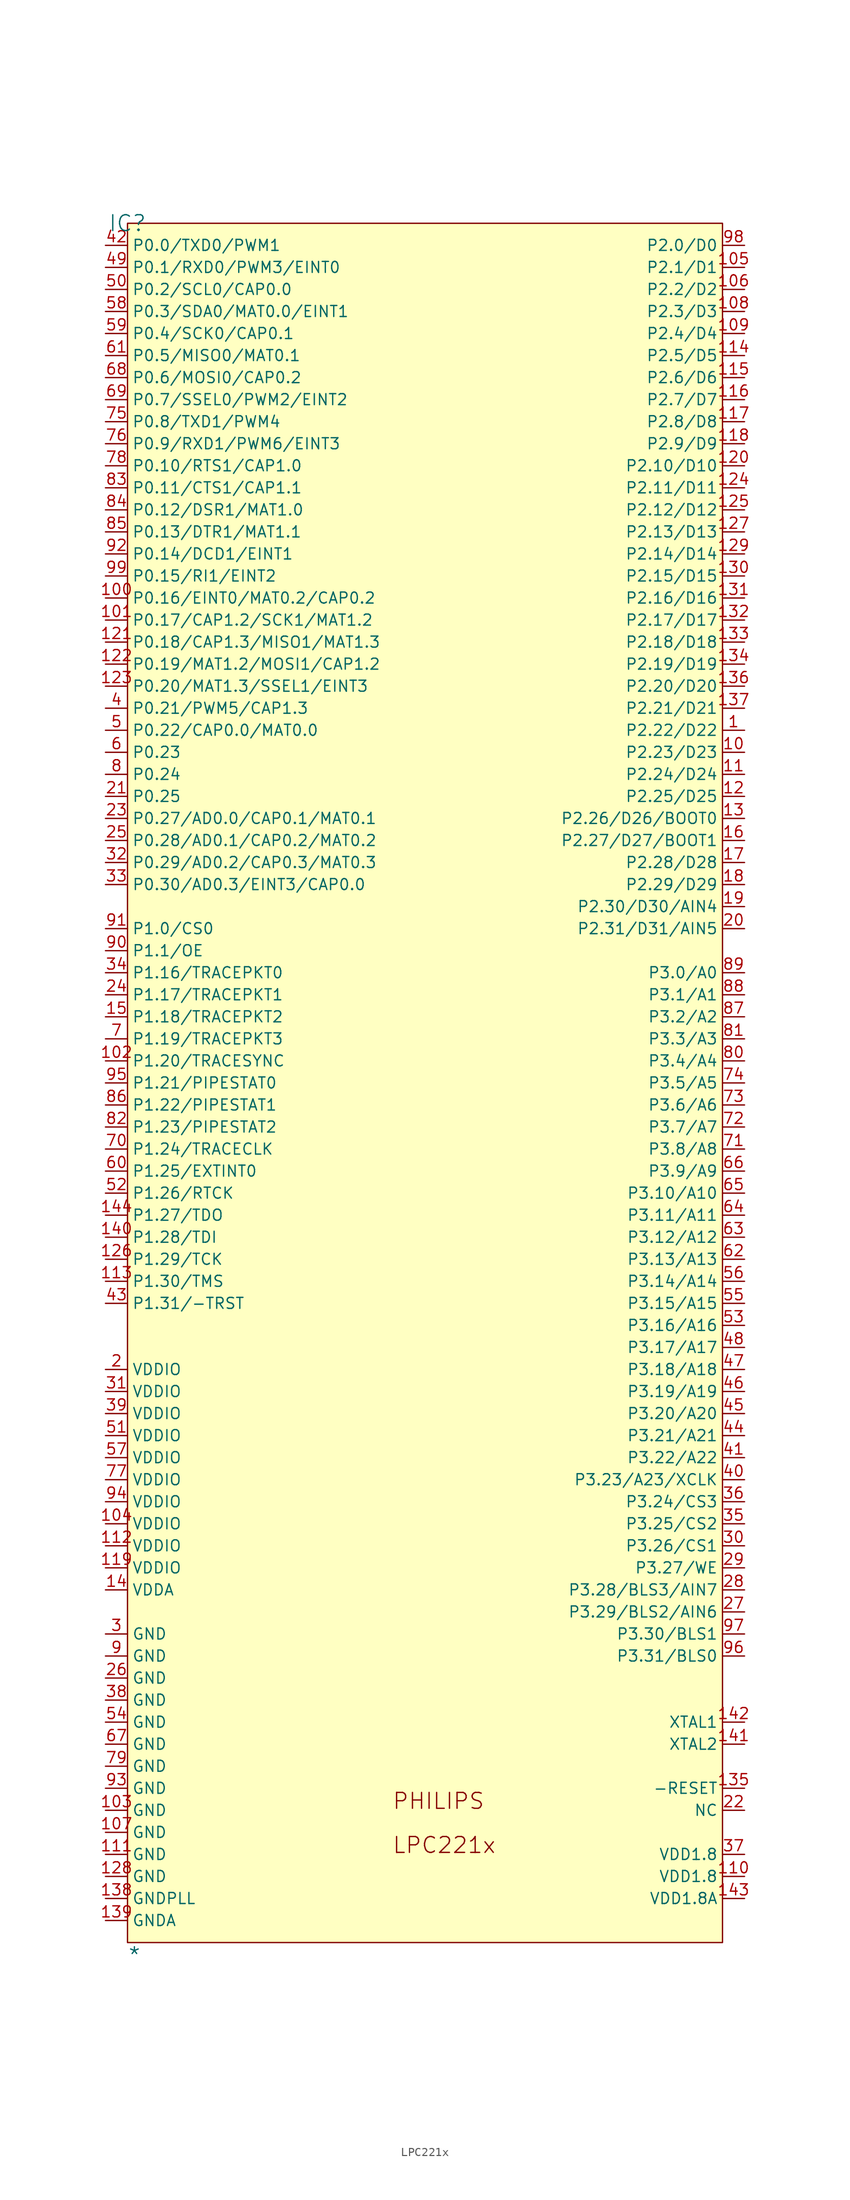
<source format=kicad_sym>
(kicad_symbol_lib
  (version 20241209)
  (generator "kicad_symbol_editor")
  (generator_version "9.0")
  (symbol "LPC221x"
    (property "Reference" "IC"
      (at 0 0 0)
      (effects (font (size 1.829 1.829))))
    (property "Value" "*"
      (at 0 -200.66 0)
      (effects (font (size 1.829 1.829)) (justify left bottom)))
    (symbol "LPC221x_1_0"
      (rectangle (start 68.58 0) (end 0 -198.12) (stroke (width 0) (type solid) (color 128 0 0 1)) (fill (type background)))
      (text "PHILIPS" (at 30.48 -182.88 0) (effects (font (size 1.829 1.829)) (justify left bottom)))
      (text "LPC221x" (at 30.48 -187.96 0) (effects (font (size 1.829 1.829)) (justify left bottom)))
      (pin passive line (at -2.54 -2.54 0) (length 2.54) (name "P0.0/TXD0/PWM1" (effects (font (size 1.27 1.27)))) (number "42" (effects (font (size 1.27 1.27)))))
      (pin passive line (at -2.54 -5.08 0) (length 2.54) (name "P0.1/RXD0/PWM3/EINT0" (effects (font (size 1.27 1.27)))) (number "49" (effects (font (size 1.27 1.27)))))
      (pin passive line (at -2.54 -7.62 0) (length 2.54) (name "P0.2/SCL0/CAP0.0" (effects (font (size 1.27 1.27)))) (number "50" (effects (font (size 1.27 1.27)))))
      (pin passive line (at -2.54 -10.16 0) (length 2.54) (name "P0.3/SDA0/MAT0.0/EINT1" (effects (font (size 1.27 1.27)))) (number "58" (effects (font (size 1.27 1.27)))))
      (pin passive line (at -2.54 -12.7 0) (length 2.54) (name "P0.4/SCK0/CAP0.1" (effects (font (size 1.27 1.27)))) (number "59" (effects (font (size 1.27 1.27)))))
      (pin passive line (at -2.54 -15.24 0) (length 2.54) (name "P0.5/MISO0/MAT0.1" (effects (font (size 1.27 1.27)))) (number "61" (effects (font (size 1.27 1.27)))))
      (pin passive line (at -2.54 -17.78 0) (length 2.54) (name "P0.6/MOSI0/CAP0.2" (effects (font (size 1.27 1.27)))) (number "68" (effects (font (size 1.27 1.27)))))
      (pin passive line (at -2.54 -20.32 0) (length 2.54) (name "P0.7/SSEL0/PWM2/EINT2" (effects (font (size 1.27 1.27)))) (number "69" (effects (font (size 1.27 1.27)))))
      (pin passive line (at -2.54 -22.86 0) (length 2.54) (name "P0.8/TXD1/PWM4" (effects (font (size 1.27 1.27)))) (number "75" (effects (font (size 1.27 1.27)))))
      (pin passive line (at -2.54 -25.4 0) (length 2.54) (name "P0.9/RXD1/PWM6/EINT3" (effects (font (size 1.27 1.27)))) (number "76" (effects (font (size 1.27 1.27)))))
      (pin passive line (at -2.54 -27.94 0) (length 2.54) (name "P0.10/RTS1/CAP1.0" (effects (font (size 1.27 1.27)))) (number "78" (effects (font (size 1.27 1.27)))))
      (pin passive line (at -2.54 -30.48 0) (length 2.54) (name "P0.11/CTS1/CAP1.1" (effects (font (size 1.27 1.27)))) (number "83" (effects (font (size 1.27 1.27)))))
      (pin passive line (at -2.54 -33.02 0) (length 2.54) (name "P0.12/DSR1/MAT1.0" (effects (font (size 1.27 1.27)))) (number "84" (effects (font (size 1.27 1.27)))))
      (pin passive line (at -2.54 -35.56 0) (length 2.54) (name "P0.13/DTR1/MAT1.1" (effects (font (size 1.27 1.27)))) (number "85" (effects (font (size 1.27 1.27)))))
      (pin passive line (at -2.54 -38.1 0) (length 2.54) (name "P0.14/DCD1/EINT1" (effects (font (size 1.27 1.27)))) (number "92" (effects (font (size 1.27 1.27)))))
      (pin passive line (at -2.54 -40.64 0) (length 2.54) (name "P0.15/RI1/EINT2" (effects (font (size 1.27 1.27)))) (number "99" (effects (font (size 1.27 1.27)))))
      (pin passive line (at -2.54 -43.18 0) (length 2.54) (name "P0.16/EINT0/MAT0.2/CAP0.2" (effects (font (size 1.27 1.27)))) (number "100" (effects (font (size 1.27 1.27)))))
      (pin passive line (at -2.54 -45.72 0) (length 2.54) (name "P0.17/CAP1.2/SCK1/MAT1.2" (effects (font (size 1.27 1.27)))) (number "101" (effects (font (size 1.27 1.27)))))
      (pin passive line (at -2.54 -48.26 0) (length 2.54) (name "P0.18/CAP1.3/MISO1/MAT1.3" (effects (font (size 1.27 1.27)))) (number "121" (effects (font (size 1.27 1.27)))))
      (pin passive line (at -2.54 -50.8 0) (length 2.54) (name "P0.19/MAT1.2/MOSI1/CAP1.2" (effects (font (size 1.27 1.27)))) (number "122" (effects (font (size 1.27 1.27)))))
      (pin passive line (at -2.54 -53.34 0) (length 2.54) (name "P0.20/MAT1.3/SSEL1/EINT3" (effects (font (size 1.27 1.27)))) (number "123" (effects (font (size 1.27 1.27)))))
      (pin passive line (at -2.54 -55.88 0) (length 2.54) (name "P0.21/PWM5/CAP1.3" (effects (font (size 1.27 1.27)))) (number "4" (effects (font (size 1.27 1.27)))))
      (pin passive line (at -2.54 -58.42 0) (length 2.54) (name "P0.22/CAP0.0/MAT0.0" (effects (font (size 1.27 1.27)))) (number "5" (effects (font (size 1.27 1.27)))))
      (pin passive line (at -2.54 -60.96 0) (length 2.54) (name "P0.23" (effects (font (size 1.27 1.27)))) (number "6" (effects (font (size 1.27 1.27)))))
      (pin passive line (at -2.54 -63.5 0) (length 2.54) (name "P0.24" (effects (font (size 1.27 1.27)))) (number "8" (effects (font (size 1.27 1.27)))))
      (pin passive line (at -2.54 -66.04 0) (length 2.54) (name "P0.25" (effects (font (size 1.27 1.27)))) (number "21" (effects (font (size 1.27 1.27)))))
      (pin passive line (at -2.54 -68.58 0) (length 2.54) (name "P0.27/AD0.0/CAP0.1/MAT0.1" (effects (font (size 1.27 1.27)))) (number "23" (effects (font (size 1.27 1.27)))))
      (pin passive line (at -2.54 -71.12 0) (length 2.54) (name "P0.28/AD0.1/CAP0.2/MAT0.2" (effects (font (size 1.27 1.27)))) (number "25" (effects (font (size 1.27 1.27)))))
      (pin passive line (at -2.54 -73.66 0) (length 2.54) (name "P0.29/AD0.2/CAP0.3/MAT0.3" (effects (font (size 1.27 1.27)))) (number "32" (effects (font (size 1.27 1.27)))))
      (pin passive line (at -2.54 -76.2 0) (length 2.54) (name "P0.30/AD0.3/EINT3/CAP0.0" (effects (font (size 1.27 1.27)))) (number "33" (effects (font (size 1.27 1.27)))))
      (pin passive line (at -2.54 -81.28 0) (length 2.54) (name "P1.0/CS0" (effects (font (size 1.27 1.27)))) (number "91" (effects (font (size 1.27 1.27)))))
      (pin passive line (at -2.54 -83.82 0) (length 2.54) (name "P1.1/OE" (effects (font (size 1.27 1.27)))) (number "90" (effects (font (size 1.27 1.27)))))
      (pin passive line (at -2.54 -86.36 0) (length 2.54) (name "P1.16/TRACEPKT0" (effects (font (size 1.27 1.27)))) (number "34" (effects (font (size 1.27 1.27)))))
      (pin passive line (at -2.54 -88.9 0) (length 2.54) (name "P1.17/TRACEPKT1" (effects (font (size 1.27 1.27)))) (number "24" (effects (font (size 1.27 1.27)))))
      (pin passive line (at -2.54 -91.44 0) (length 2.54) (name "P1.18/TRACEPKT2" (effects (font (size 1.27 1.27)))) (number "15" (effects (font (size 1.27 1.27)))))
      (pin passive line (at -2.54 -93.98 0) (length 2.54) (name "P1.19/TRACEPKT3" (effects (font (size 1.27 1.27)))) (number "7" (effects (font (size 1.27 1.27)))))
      (pin passive line (at -2.54 -96.52 0) (length 2.54) (name "P1.20/TRACESYNC" (effects (font (size 1.27 1.27)))) (number "102" (effects (font (size 1.27 1.27)))))
      (pin passive line (at -2.54 -99.06 0) (length 2.54) (name "P1.21/PIPESTAT0" (effects (font (size 1.27 1.27)))) (number "95" (effects (font (size 1.27 1.27)))))
      (pin passive line (at -2.54 -101.6 0) (length 2.54) (name "P1.22/PIPESTAT1" (effects (font (size 1.27 1.27)))) (number "86" (effects (font (size 1.27 1.27)))))
      (pin passive line (at -2.54 -104.14 0) (length 2.54) (name "P1.23/PIPESTAT2" (effects (font (size 1.27 1.27)))) (number "82" (effects (font (size 1.27 1.27)))))
      (pin passive line (at -2.54 -106.68 0) (length 2.54) (name "P1.24/TRACECLK" (effects (font (size 1.27 1.27)))) (number "70" (effects (font (size 1.27 1.27)))))
      (pin passive line (at -2.54 -109.22 0) (length 2.54) (name "P1.25/EXTINT0" (effects (font (size 1.27 1.27)))) (number "60" (effects (font (size 1.27 1.27)))))
      (pin passive line (at -2.54 -111.76 0) (length 2.54) (name "P1.26/RTCK" (effects (font (size 1.27 1.27)))) (number "52" (effects (font (size 1.27 1.27)))))
      (pin passive line (at -2.54 -114.3 0) (length 2.54) (name "P1.27/TDO" (effects (font (size 1.27 1.27)))) (number "144" (effects (font (size 1.27 1.27)))))
      (pin passive line (at -2.54 -116.84 0) (length 2.54) (name "P1.28/TDI" (effects (font (size 1.27 1.27)))) (number "140" (effects (font (size 1.27 1.27)))))
      (pin passive line (at -2.54 -119.38 0) (length 2.54) (name "P1.29/TCK" (effects (font (size 1.27 1.27)))) (number "126" (effects (font (size 1.27 1.27)))))
      (pin passive line (at -2.54 -121.92 0) (length 2.54) (name "P1.30/TMS" (effects (font (size 1.27 1.27)))) (number "113" (effects (font (size 1.27 1.27)))))
      (pin passive line (at -2.54 -124.46 0) (length 2.54) (name "P1.31/-TRST" (effects (font (size 1.27 1.27)))) (number "43" (effects (font (size 1.27 1.27)))))
      (pin passive line (at -2.54 -132.08 0) (length 2.54) (name "VDDIO" (effects (font (size 1.27 1.27)))) (number "2" (effects (font (size 1.27 1.27)))))
      (pin passive line (at -2.54 -134.62 0) (length 2.54) (name "VDDIO" (effects (font (size 1.27 1.27)))) (number "31" (effects (font (size 1.27 1.27)))))
      (pin passive line (at -2.54 -137.16 0) (length 2.54) (name "VDDIO" (effects (font (size 1.27 1.27)))) (number "39" (effects (font (size 1.27 1.27)))))
      (pin passive line (at -2.54 -139.7 0) (length 2.54) (name "VDDIO" (effects (font (size 1.27 1.27)))) (number "51" (effects (font (size 1.27 1.27)))))
      (pin passive line (at -2.54 -142.24 0) (length 2.54) (name "VDDIO" (effects (font (size 1.27 1.27)))) (number "57" (effects (font (size 1.27 1.27)))))
      (pin passive line (at -2.54 -144.78 0) (length 2.54) (name "VDDIO" (effects (font (size 1.27 1.27)))) (number "77" (effects (font (size 1.27 1.27)))))
      (pin passive line (at -2.54 -147.32 0) (length 2.54) (name "VDDIO" (effects (font (size 1.27 1.27)))) (number "94" (effects (font (size 1.27 1.27)))))
      (pin passive line (at -2.54 -149.86 0) (length 2.54) (name "VDDIO" (effects (font (size 1.27 1.27)))) (number "104" (effects (font (size 1.27 1.27)))))
      (pin passive line (at -2.54 -152.4 0) (length 2.54) (name "VDDIO" (effects (font (size 1.27 1.27)))) (number "112" (effects (font (size 1.27 1.27)))))
      (pin passive line (at -2.54 -154.94 0) (length 2.54) (name "VDDIO" (effects (font (size 1.27 1.27)))) (number "119" (effects (font (size 1.27 1.27)))))
      (pin passive line (at -2.54 -157.48 0) (length 2.54) (name "VDDA" (effects (font (size 1.27 1.27)))) (number "14" (effects (font (size 1.27 1.27)))))
      (pin passive line (at -2.54 -162.56 0) (length 2.54) (name "GND" (effects (font (size 1.27 1.27)))) (number "3" (effects (font (size 1.27 1.27)))))
      (pin passive line (at -2.54 -165.1 0) (length 2.54) (name "GND" (effects (font (size 1.27 1.27)))) (number "9" (effects (font (size 1.27 1.27)))))
      (pin passive line (at -2.54 -167.64 0) (length 2.54) (name "GND" (effects (font (size 1.27 1.27)))) (number "26" (effects (font (size 1.27 1.27)))))
      (pin passive line (at -2.54 -170.18 0) (length 2.54) (name "GND" (effects (font (size 1.27 1.27)))) (number "38" (effects (font (size 1.27 1.27)))))
      (pin passive line (at -2.54 -172.72 0) (length 2.54) (name "GND" (effects (font (size 1.27 1.27)))) (number "54" (effects (font (size 1.27 1.27)))))
      (pin passive line (at -2.54 -175.26 0) (length 2.54) (name "GND" (effects (font (size 1.27 1.27)))) (number "67" (effects (font (size 1.27 1.27)))))
      (pin passive line (at -2.54 -177.8 0) (length 2.54) (name "GND" (effects (font (size 1.27 1.27)))) (number "79" (effects (font (size 1.27 1.27)))))
      (pin passive line (at -2.54 -180.34 0) (length 2.54) (name "GND" (effects (font (size 1.27 1.27)))) (number "93" (effects (font (size 1.27 1.27)))))
      (pin passive line (at -2.54 -182.88 0) (length 2.54) (name "GND" (effects (font (size 1.27 1.27)))) (number "103" (effects (font (size 1.27 1.27)))))
      (pin passive line (at -2.54 -185.42 0) (length 2.54) (name "GND" (effects (font (size 1.27 1.27)))) (number "107" (effects (font (size 1.27 1.27)))))
      (pin passive line (at -2.54 -187.96 0) (length 2.54) (name "GND" (effects (font (size 1.27 1.27)))) (number "111" (effects (font (size 1.27 1.27)))))
      (pin passive line (at -2.54 -190.5 0) (length 2.54) (name "GND" (effects (font (size 1.27 1.27)))) (number "128" (effects (font (size 1.27 1.27)))))
      (pin passive line (at -2.54 -193.04 0) (length 2.54) (name "GNDPLL" (effects (font (size 1.27 1.27)))) (number "138" (effects (font (size 1.27 1.27)))))
      (pin passive line (at -2.54 -195.58 0) (length 2.54) (name "GNDA" (effects (font (size 1.27 1.27)))) (number "139" (effects (font (size 1.27 1.27)))))
      (pin passive line (at 71.12 -2.54 180) (length 2.54) (name "P2.0/D0" (effects (font (size 1.27 1.27)))) (number "98" (effects (font (size 1.27 1.27)))))
      (pin passive line (at 71.12 -5.08 180) (length 2.54) (name "P2.1/D1" (effects (font (size 1.27 1.27)))) (number "105" (effects (font (size 1.27 1.27)))))
      (pin passive line (at 71.12 -7.62 180) (length 2.54) (name "P2.2/D2" (effects (font (size 1.27 1.27)))) (number "106" (effects (font (size 1.27 1.27)))))
      (pin passive line (at 71.12 -10.16 180) (length 2.54) (name "P2.3/D3" (effects (font (size 1.27 1.27)))) (number "108" (effects (font (size 1.27 1.27)))))
      (pin passive line (at 71.12 -12.7 180) (length 2.54) (name "P2.4/D4" (effects (font (size 1.27 1.27)))) (number "109" (effects (font (size 1.27 1.27)))))
      (pin passive line (at 71.12 -15.24 180) (length 2.54) (name "P2.5/D5" (effects (font (size 1.27 1.27)))) (number "114" (effects (font (size 1.27 1.27)))))
      (pin passive line (at 71.12 -17.78 180) (length 2.54) (name "P2.6/D6" (effects (font (size 1.27 1.27)))) (number "115" (effects (font (size 1.27 1.27)))))
      (pin passive line (at 71.12 -20.32 180) (length 2.54) (name "P2.7/D7" (effects (font (size 1.27 1.27)))) (number "116" (effects (font (size 1.27 1.27)))))
      (pin passive line (at 71.12 -22.86 180) (length 2.54) (name "P2.8/D8" (effects (font (size 1.27 1.27)))) (number "117" (effects (font (size 1.27 1.27)))))
      (pin passive line (at 71.12 -25.4 180) (length 2.54) (name "P2.9/D9" (effects (font (size 1.27 1.27)))) (number "118" (effects (font (size 1.27 1.27)))))
      (pin passive line (at 71.12 -27.94 180) (length 2.54) (name "P2.10/D10" (effects (font (size 1.27 1.27)))) (number "120" (effects (font (size 1.27 1.27)))))
      (pin passive line (at 71.12 -30.48 180) (length 2.54) (name "P2.11/D11" (effects (font (size 1.27 1.27)))) (number "124" (effects (font (size 1.27 1.27)))))
      (pin passive line (at 71.12 -33.02 180) (length 2.54) (name "P2.12/D12" (effects (font (size 1.27 1.27)))) (number "125" (effects (font (size 1.27 1.27)))))
      (pin passive line (at 71.12 -35.56 180) (length 2.54) (name "P2.13/D13" (effects (font (size 1.27 1.27)))) (number "127" (effects (font (size 1.27 1.27)))))
      (pin passive line (at 71.12 -38.1 180) (length 2.54) (name "P2.14/D14" (effects (font (size 1.27 1.27)))) (number "129" (effects (font (size 1.27 1.27)))))
      (pin passive line (at 71.12 -40.64 180) (length 2.54) (name "P2.15/D15" (effects (font (size 1.27 1.27)))) (number "130" (effects (font (size 1.27 1.27)))))
      (pin passive line (at 71.12 -43.18 180) (length 2.54) (name "P2.16/D16" (effects (font (size 1.27 1.27)))) (number "131" (effects (font (size 1.27 1.27)))))
      (pin passive line (at 71.12 -45.72 180) (length 2.54) (name "P2.17/D17" (effects (font (size 1.27 1.27)))) (number "132" (effects (font (size 1.27 1.27)))))
      (pin passive line (at 71.12 -48.26 180) (length 2.54) (name "P2.18/D18" (effects (font (size 1.27 1.27)))) (number "133" (effects (font (size 1.27 1.27)))))
      (pin passive line (at 71.12 -50.8 180) (length 2.54) (name "P2.19/D19" (effects (font (size 1.27 1.27)))) (number "134" (effects (font (size 1.27 1.27)))))
      (pin passive line (at 71.12 -53.34 180) (length 2.54) (name "P2.20/D20" (effects (font (size 1.27 1.27)))) (number "136" (effects (font (size 1.27 1.27)))))
      (pin passive line (at 71.12 -55.88 180) (length 2.54) (name "P2.21/D21" (effects (font (size 1.27 1.27)))) (number "137" (effects (font (size 1.27 1.27)))))
      (pin passive line (at 71.12 -58.42 180) (length 2.54) (name "P2.22/D22" (effects (font (size 1.27 1.27)))) (number "1" (effects (font (size 1.27 1.27)))))
      (pin passive line (at 71.12 -60.96 180) (length 2.54) (name "P2.23/D23" (effects (font (size 1.27 1.27)))) (number "10" (effects (font (size 1.27 1.27)))))
      (pin passive line (at 71.12 -63.5 180) (length 2.54) (name "P2.24/D24" (effects (font (size 1.27 1.27)))) (number "11" (effects (font (size 1.27 1.27)))))
      (pin passive line (at 71.12 -66.04 180) (length 2.54) (name "P2.25/D25" (effects (font (size 1.27 1.27)))) (number "12" (effects (font (size 1.27 1.27)))))
      (pin passive line (at 71.12 -68.58 180) (length 2.54) (name "P2.26/D26/BOOT0" (effects (font (size 1.27 1.27)))) (number "13" (effects (font (size 1.27 1.27)))))
      (pin passive line (at 71.12 -71.12 180) (length 2.54) (name "P2.27/D27/BOOT1" (effects (font (size 1.27 1.27)))) (number "16" (effects (font (size 1.27 1.27)))))
      (pin passive line (at 71.12 -73.66 180) (length 2.54) (name "P2.28/D28" (effects (font (size 1.27 1.27)))) (number "17" (effects (font (size 1.27 1.27)))))
      (pin passive line (at 71.12 -76.2 180) (length 2.54) (name "P2.29/D29" (effects (font (size 1.27 1.27)))) (number "18" (effects (font (size 1.27 1.27)))))
      (pin passive line (at 71.12 -78.74 180) (length 2.54) (name "P2.30/D30/AIN4" (effects (font (size 1.27 1.27)))) (number "19" (effects (font (size 1.27 1.27)))))
      (pin passive line (at 71.12 -81.28 180) (length 2.54) (name "P2.31/D31/AIN5" (effects (font (size 1.27 1.27)))) (number "20" (effects (font (size 1.27 1.27)))))
      (pin passive line (at 71.12 -86.36 180) (length 2.54) (name "P3.0/A0" (effects (font (size 1.27 1.27)))) (number "89" (effects (font (size 1.27 1.27)))))
      (pin passive line (at 71.12 -88.9 180) (length 2.54) (name "P3.1/A1" (effects (font (size 1.27 1.27)))) (number "88" (effects (font (size 1.27 1.27)))))
      (pin passive line (at 71.12 -91.44 180) (length 2.54) (name "P3.2/A2" (effects (font (size 1.27 1.27)))) (number "87" (effects (font (size 1.27 1.27)))))
      (pin passive line (at 71.12 -93.98 180) (length 2.54) (name "P3.3/A3" (effects (font (size 1.27 1.27)))) (number "81" (effects (font (size 1.27 1.27)))))
      (pin passive line (at 71.12 -96.52 180) (length 2.54) (name "P3.4/A4" (effects (font (size 1.27 1.27)))) (number "80" (effects (font (size 1.27 1.27)))))
      (pin passive line (at 71.12 -99.06 180) (length 2.54) (name "P3.5/A5" (effects (font (size 1.27 1.27)))) (number "74" (effects (font (size 1.27 1.27)))))
      (pin passive line (at 71.12 -101.6 180) (length 2.54) (name "P3.6/A6" (effects (font (size 1.27 1.27)))) (number "73" (effects (font (size 1.27 1.27)))))
      (pin passive line (at 71.12 -104.14 180) (length 2.54) (name "P3.7/A7" (effects (font (size 1.27 1.27)))) (number "72" (effects (font (size 1.27 1.27)))))
      (pin passive line (at 71.12 -106.68 180) (length 2.54) (name "P3.8/A8" (effects (font (size 1.27 1.27)))) (number "71" (effects (font (size 1.27 1.27)))))
      (pin passive line (at 71.12 -109.22 180) (length 2.54) (name "P3.9/A9" (effects (font (size 1.27 1.27)))) (number "66" (effects (font (size 1.27 1.27)))))
      (pin passive line (at 71.12 -111.76 180) (length 2.54) (name "P3.10/A10" (effects (font (size 1.27 1.27)))) (number "65" (effects (font (size 1.27 1.27)))))
      (pin passive line (at 71.12 -114.3 180) (length 2.54) (name "P3.11/A11" (effects (font (size 1.27 1.27)))) (number "64" (effects (font (size 1.27 1.27)))))
      (pin passive line (at 71.12 -116.84 180) (length 2.54) (name "P3.12/A12" (effects (font (size 1.27 1.27)))) (number "63" (effects (font (size 1.27 1.27)))))
      (pin passive line (at 71.12 -119.38 180) (length 2.54) (name "P3.13/A13" (effects (font (size 1.27 1.27)))) (number "62" (effects (font (size 1.27 1.27)))))
      (pin passive line (at 71.12 -121.92 180) (length 2.54) (name "P3.14/A14" (effects (font (size 1.27 1.27)))) (number "56" (effects (font (size 1.27 1.27)))))
      (pin passive line (at 71.12 -124.46 180) (length 2.54) (name "P3.15/A15" (effects (font (size 1.27 1.27)))) (number "55" (effects (font (size 1.27 1.27)))))
      (pin passive line (at 71.12 -127 180) (length 2.54) (name "P3.16/A16" (effects (font (size 1.27 1.27)))) (number "53" (effects (font (size 1.27 1.27)))))
      (pin passive line (at 71.12 -129.54 180) (length 2.54) (name "P3.17/A17" (effects (font (size 1.27 1.27)))) (number "48" (effects (font (size 1.27 1.27)))))
      (pin passive line (at 71.12 -132.08 180) (length 2.54) (name "P3.18/A18" (effects (font (size 1.27 1.27)))) (number "47" (effects (font (size 1.27 1.27)))))
      (pin passive line (at 71.12 -134.62 180) (length 2.54) (name "P3.19/A19" (effects (font (size 1.27 1.27)))) (number "46" (effects (font (size 1.27 1.27)))))
      (pin passive line (at 71.12 -137.16 180) (length 2.54) (name "P3.20/A20" (effects (font (size 1.27 1.27)))) (number "45" (effects (font (size 1.27 1.27)))))
      (pin passive line (at 71.12 -139.7 180) (length 2.54) (name "P3.21/A21" (effects (font (size 1.27 1.27)))) (number "44" (effects (font (size 1.27 1.27)))))
      (pin passive line (at 71.12 -142.24 180) (length 2.54) (name "P3.22/A22" (effects (font (size 1.27 1.27)))) (number "41" (effects (font (size 1.27 1.27)))))
      (pin passive line (at 71.12 -144.78 180) (length 2.54) (name "P3.23/A23/XCLK" (effects (font (size 1.27 1.27)))) (number "40" (effects (font (size 1.27 1.27)))))
      (pin passive line (at 71.12 -147.32 180) (length 2.54) (name "P3.24/CS3" (effects (font (size 1.27 1.27)))) (number "36" (effects (font (size 1.27 1.27)))))
      (pin passive line (at 71.12 -149.86 180) (length 2.54) (name "P3.25/CS2" (effects (font (size 1.27 1.27)))) (number "35" (effects (font (size 1.27 1.27)))))
      (pin passive line (at 71.12 -152.4 180) (length 2.54) (name "P3.26/CS1" (effects (font (size 1.27 1.27)))) (number "30" (effects (font (size 1.27 1.27)))))
      (pin passive line (at 71.12 -154.94 180) (length 2.54) (name "P3.27/WE" (effects (font (size 1.27 1.27)))) (number "29" (effects (font (size 1.27 1.27)))))
      (pin passive line (at 71.12 -157.48 180) (length 2.54) (name "P3.28/BLS3/AIN7" (effects (font (size 1.27 1.27)))) (number "28" (effects (font (size 1.27 1.27)))))
      (pin passive line (at 71.12 -160.02 180) (length 2.54) (name "P3.29/BLS2/AIN6" (effects (font (size 1.27 1.27)))) (number "27" (effects (font (size 1.27 1.27)))))
      (pin passive line (at 71.12 -162.56 180) (length 2.54) (name "P3.30/BLS1" (effects (font (size 1.27 1.27)))) (number "97" (effects (font (size 1.27 1.27)))))
      (pin passive line (at 71.12 -165.1 180) (length 2.54) (name "P3.31/BLS0" (effects (font (size 1.27 1.27)))) (number "96" (effects (font (size 1.27 1.27)))))
      (pin passive line (at 71.12 -172.72 180) (length 2.54) (name "XTAL1" (effects (font (size 1.27 1.27)))) (number "142" (effects (font (size 1.27 1.27)))))
      (pin passive line (at 71.12 -175.26 180) (length 2.54) (name "XTAL2" (effects (font (size 1.27 1.27)))) (number "141" (effects (font (size 1.27 1.27)))))
      (pin passive line (at 71.12 -180.34 180) (length 2.54) (name "-RESET" (effects (font (size 1.27 1.27)))) (number "135" (effects (font (size 1.27 1.27)))))
      (pin passive line (at 71.12 -182.88 180) (length 2.54) (name "NC" (effects (font (size 1.27 1.27)))) (number "22" (effects (font (size 1.27 1.27)))))
      (pin passive line (at 71.12 -187.96 180) (length 2.54) (name "VDD1.8" (effects (font (size 1.27 1.27)))) (number "37" (effects (font (size 1.27 1.27)))))
      (pin passive line (at 71.12 -190.5 180) (length 2.54) (name "VDD1.8" (effects (font (size 1.27 1.27)))) (number "110" (effects (font (size 1.27 1.27)))))
      (pin passive line (at 71.12 -193.04 180) (length 2.54) (name "VDD1.8A" (effects (font (size 1.27 1.27)))) (number "143" (effects (font (size 1.27 1.27))))))))
</source>
